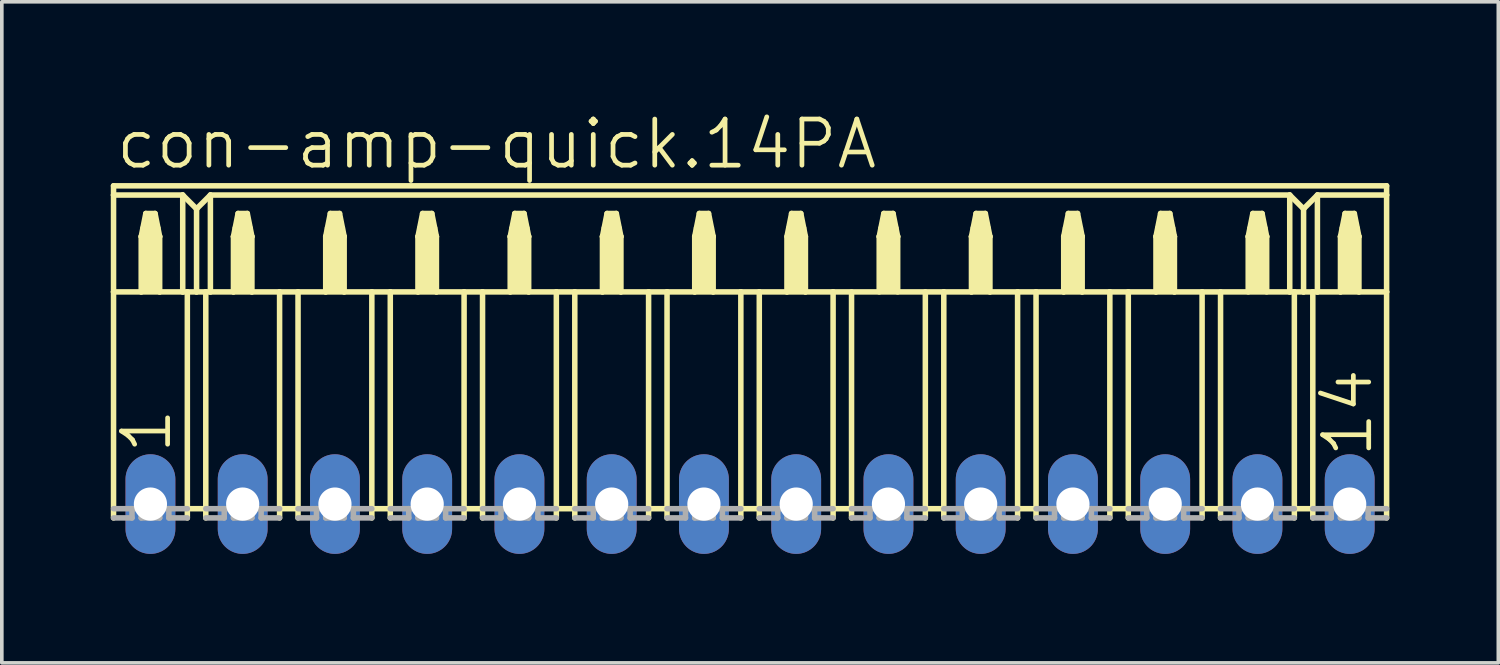
<source format=kicad_pcb>
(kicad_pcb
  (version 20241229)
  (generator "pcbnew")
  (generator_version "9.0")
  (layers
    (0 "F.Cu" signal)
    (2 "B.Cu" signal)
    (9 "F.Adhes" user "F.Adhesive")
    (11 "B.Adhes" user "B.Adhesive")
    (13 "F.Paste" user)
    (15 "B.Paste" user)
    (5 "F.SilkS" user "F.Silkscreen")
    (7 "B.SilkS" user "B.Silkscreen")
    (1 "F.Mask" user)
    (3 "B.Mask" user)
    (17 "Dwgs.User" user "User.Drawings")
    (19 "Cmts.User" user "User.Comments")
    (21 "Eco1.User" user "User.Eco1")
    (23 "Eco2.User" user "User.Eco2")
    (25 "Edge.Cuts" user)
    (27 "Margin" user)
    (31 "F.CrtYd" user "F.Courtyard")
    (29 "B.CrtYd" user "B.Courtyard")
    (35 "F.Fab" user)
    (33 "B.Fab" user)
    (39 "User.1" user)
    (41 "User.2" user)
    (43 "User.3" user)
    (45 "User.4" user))
  (footprint "con-amp-quick.14PA"
    (layer "F.Cu")
    (at 17.602 10.829)
    (property "Reference" "con-amp-quick.14PA" (at -17.526 -9.169 0) (layer "F.SilkS") (effects (font (size 1.27 1.27) (thickness 0.13)) (justify left bottom)))
    (attr through_hole)
    (fp_line (start -17.526 -8.763) (end -17.526 -8.509) (stroke (width 0.152) (type default)) (layer "F.SilkS"))
    (fp_line (start -17.526 -8.763) (end 17.526 -8.763) (stroke (width 0.152) (type default)) (layer "F.SilkS"))
    (fp_line (start -17.526 -8.509) (end -17.526 -5.842) (stroke (width 0.152) (type default)) (layer "F.SilkS"))
    (fp_line (start -17.526 -8.509) (end -15.621 -8.509) (stroke (width 0.152) (type default)) (layer "F.SilkS"))
    (fp_line (start -17.526 -5.842) (end -17.526 0.381) (stroke (width 0.152) (type default)) (layer "F.SilkS"))
    (fp_line (start -17.526 -5.842) (end -16.764 -5.842) (stroke (width 0.152) (type default)) (layer "F.SilkS"))
    (fp_line (start -16.764 -7.366) (end -16.764 -5.842) (stroke (width 0.152) (type default)) (layer "F.SilkS"))
    (fp_line (start -16.764 -7.366) (end -16.637 -8.001) (stroke (width 0.152) (type default)) (layer "F.SilkS"))
    (fp_line (start -16.764 -5.842) (end -16.256 -5.842) (stroke (width 0.152) (type default)) (layer "F.SilkS"))
    (fp_line (start -16.637 -8.001) (end -16.383 -8.001) (stroke (width 0.152) (type default)) (layer "F.SilkS"))
    (fp_line (start -16.383 -8.001) (end -16.256 -7.366) (stroke (width 0.152) (type default)) (layer "F.SilkS"))
    (fp_line (start -16.256 -7.366) (end -16.764 -7.366) (stroke (width 0.152) (type default)) (layer "F.SilkS"))
    (fp_line (start -16.256 -7.366) (end -16.256 -5.842) (stroke (width 0.152) (type default)) (layer "F.SilkS"))
    (fp_line (start -16.256 -5.842) (end -15.621 -5.842) (stroke (width 0.152) (type default)) (layer "F.SilkS"))
    (fp_line (start -15.621 -8.509) (end -15.621 -5.842) (stroke (width 0.152) (type default)) (layer "F.SilkS"))
    (fp_line (start -15.621 -8.509) (end -15.24 -8.128) (stroke (width 0.152) (type default)) (layer "F.SilkS"))
    (fp_line (start -15.621 -5.842) (end -15.494 -5.842) (stroke (width 0.152) (type default)) (layer "F.SilkS"))
    (fp_line (start -15.494 -5.842) (end -15.494 0.127) (stroke (width 0.152) (type default)) (layer "F.SilkS"))
    (fp_line (start -15.494 -5.842) (end -15.24 -5.842) (stroke (width 0.152) (type default)) (layer "F.SilkS"))
    (fp_line (start -15.494 0.127) (end -15.494 0.381) (stroke (width 0.152) (type default)) (layer "F.SilkS"))
    (fp_line (start -15.24 -8.128) (end -15.24 -5.842) (stroke (width 0.152) (type default)) (layer "F.SilkS"))
    (fp_line (start -15.24 -8.128) (end -14.859 -8.509) (stroke (width 0.152) (type default)) (layer "F.SilkS"))
    (fp_line (start -15.24 -5.842) (end -14.986 -5.842) (stroke (width 0.152) (type default)) (layer "F.SilkS"))
    (fp_line (start -14.986 -5.842) (end -14.986 0.127) (stroke (width 0.152) (type default)) (layer "F.SilkS"))
    (fp_line (start -14.986 -5.842) (end -14.859 -5.842) (stroke (width 0.152) (type default)) (layer "F.SilkS"))
    (fp_line (start -14.986 0.127) (end -15.494 0.127) (stroke (width 0.152) (type default)) (layer "F.SilkS"))
    (fp_line (start -14.986 0.127) (end -14.986 0.381) (stroke (width 0.152) (type default)) (layer "F.SilkS"))
    (fp_line (start -14.859 -8.509) (end -14.859 -5.842) (stroke (width 0.152) (type default)) (layer "F.SilkS"))
    (fp_line (start -14.859 -8.509) (end 14.859 -8.509) (stroke (width 0.152) (type default)) (layer "F.SilkS"))
    (fp_line (start -14.859 -5.842) (end -14.224 -5.842) (stroke (width 0.152) (type default)) (layer "F.SilkS"))
    (fp_line (start -14.224 -7.366) (end -14.224 -5.842) (stroke (width 0.152) (type default)) (layer "F.SilkS"))
    (fp_line (start -14.224 -7.366) (end -14.097 -8.001) (stroke (width 0.152) (type default)) (layer "F.SilkS"))
    (fp_line (start -14.224 -5.842) (end -13.716 -5.842) (stroke (width 0.152) (type default)) (layer "F.SilkS"))
    (fp_line (start -14.097 -8.001) (end -13.843 -8.001) (stroke (width 0.152) (type default)) (layer "F.SilkS"))
    (fp_line (start -13.843 -8.001) (end -13.716 -7.366) (stroke (width 0.152) (type default)) (layer "F.SilkS"))
    (fp_line (start -13.716 -7.366) (end -14.224 -7.366) (stroke (width 0.152) (type default)) (layer "F.SilkS"))
    (fp_line (start -13.716 -7.366) (end -13.716 -5.842) (stroke (width 0.152) (type default)) (layer "F.SilkS"))
    (fp_line (start -13.716 -5.842) (end -12.954 -5.842) (stroke (width 0.152) (type default)) (layer "F.SilkS"))
    (fp_line (start -12.954 -5.842) (end -12.954 0.127) (stroke (width 0.152) (type default)) (layer "F.SilkS"))
    (fp_line (start -12.954 -5.842) (end -12.446 -5.842) (stroke (width 0.152) (type default)) (layer "F.SilkS"))
    (fp_line (start -12.954 0.127) (end -12.954 0.381) (stroke (width 0.152) (type default)) (layer "F.SilkS"))
    (fp_line (start -12.446 -5.842) (end -12.446 0.127) (stroke (width 0.152) (type default)) (layer "F.SilkS"))
    (fp_line (start -12.446 -5.842) (end -11.684 -5.842) (stroke (width 0.152) (type default)) (layer "F.SilkS"))
    (fp_line (start -12.446 0.127) (end -12.954 0.127) (stroke (width 0.152) (type default)) (layer "F.SilkS"))
    (fp_line (start -12.446 0.127) (end -12.446 0.381) (stroke (width 0.152) (type default)) (layer "F.SilkS"))
    (fp_line (start -11.684 -7.366) (end -11.684 -5.842) (stroke (width 0.152) (type default)) (layer "F.SilkS"))
    (fp_line (start -11.684 -7.366) (end -11.557 -8.001) (stroke (width 0.152) (type default)) (layer "F.SilkS"))
    (fp_line (start -11.684 -5.842) (end -11.176 -5.842) (stroke (width 0.152) (type default)) (layer "F.SilkS"))
    (fp_line (start -11.557 -8.001) (end -11.303 -8.001) (stroke (width 0.152) (type default)) (layer "F.SilkS"))
    (fp_line (start -11.303 -8.001) (end -11.176 -7.366) (stroke (width 0.152) (type default)) (layer "F.SilkS"))
    (fp_line (start -11.176 -7.366) (end -11.684 -7.366) (stroke (width 0.152) (type default)) (layer "F.SilkS"))
    (fp_line (start -11.176 -7.366) (end -11.176 -5.842) (stroke (width 0.152) (type default)) (layer "F.SilkS"))
    (fp_line (start -11.176 -5.842) (end -10.414 -5.842) (stroke (width 0.152) (type default)) (layer "F.SilkS"))
    (fp_line (start -10.414 -5.842) (end -10.414 0.127) (stroke (width 0.152) (type default)) (layer "F.SilkS"))
    (fp_line (start -10.414 -5.842) (end -9.906 -5.842) (stroke (width 0.152) (type default)) (layer "F.SilkS"))
    (fp_line (start -10.414 0.127) (end -10.414 0.381) (stroke (width 0.152) (type default)) (layer "F.SilkS"))
    (fp_line (start -9.906 -5.842) (end -9.906 0.127) (stroke (width 0.152) (type default)) (layer "F.SilkS"))
    (fp_line (start -9.906 -5.842) (end -9.144 -5.842) (stroke (width 0.152) (type default)) (layer "F.SilkS"))
    (fp_line (start -9.906 0.127) (end -10.414 0.127) (stroke (width 0.152) (type default)) (layer "F.SilkS"))
    (fp_line (start -9.906 0.127) (end -9.906 0.381) (stroke (width 0.152) (type default)) (layer "F.SilkS"))
    (fp_line (start -9.144 -7.366) (end -9.144 -5.842) (stroke (width 0.152) (type default)) (layer "F.SilkS"))
    (fp_line (start -9.144 -7.366) (end -9.017 -8.001) (stroke (width 0.152) (type default)) (layer "F.SilkS"))
    (fp_line (start -9.144 -5.842) (end -8.636 -5.842) (stroke (width 0.152) (type default)) (layer "F.SilkS"))
    (fp_line (start -9.017 -8.001) (end -8.763 -8.001) (stroke (width 0.152) (type default)) (layer "F.SilkS"))
    (fp_line (start -8.763 -8.001) (end -8.636 -7.366) (stroke (width 0.152) (type default)) (layer "F.SilkS"))
    (fp_line (start -8.636 -7.366) (end -9.144 -7.366) (stroke (width 0.152) (type default)) (layer "F.SilkS"))
    (fp_line (start -8.636 -7.366) (end -8.636 -5.842) (stroke (width 0.152) (type default)) (layer "F.SilkS"))
    (fp_line (start -8.636 -5.842) (end -7.874 -5.842) (stroke (width 0.152) (type default)) (layer "F.SilkS"))
    (fp_line (start -7.874 -5.842) (end -7.874 0.127) (stroke (width 0.152) (type default)) (layer "F.SilkS"))
    (fp_line (start -7.874 -5.842) (end -7.366 -5.842) (stroke (width 0.152) (type default)) (layer "F.SilkS"))
    (fp_line (start -7.874 0.127) (end -7.874 0.381) (stroke (width 0.152) (type default)) (layer "F.SilkS"))
    (fp_line (start -7.366 -5.842) (end -7.366 0.127) (stroke (width 0.152) (type default)) (layer "F.SilkS"))
    (fp_line (start -7.366 -5.842) (end -6.604 -5.842) (stroke (width 0.152) (type default)) (layer "F.SilkS"))
    (fp_line (start -7.366 0.127) (end -7.874 0.127) (stroke (width 0.152) (type default)) (layer "F.SilkS"))
    (fp_line (start -7.366 0.127) (end -7.366 0.381) (stroke (width 0.152) (type default)) (layer "F.SilkS"))
    (fp_line (start -6.604 -7.366) (end -6.604 -5.842) (stroke (width 0.152) (type default)) (layer "F.SilkS"))
    (fp_line (start -6.604 -7.366) (end -6.477 -8.001) (stroke (width 0.152) (type default)) (layer "F.SilkS"))
    (fp_line (start -6.604 -5.842) (end -6.096 -5.842) (stroke (width 0.152) (type default)) (layer "F.SilkS"))
    (fp_line (start -6.477 -8.001) (end -6.223 -8.001) (stroke (width 0.152) (type default)) (layer "F.SilkS"))
    (fp_line (start -6.223 -8.001) (end -6.096 -7.366) (stroke (width 0.152) (type default)) (layer "F.SilkS"))
    (fp_line (start -6.096 -7.366) (end -6.604 -7.366) (stroke (width 0.152) (type default)) (layer "F.SilkS"))
    (fp_line (start -6.096 -7.366) (end -6.096 -5.842) (stroke (width 0.152) (type default)) (layer "F.SilkS"))
    (fp_line (start -6.096 -5.842) (end -5.334 -5.842) (stroke (width 0.152) (type default)) (layer "F.SilkS"))
    (fp_line (start -5.334 -5.842) (end -5.334 0.127) (stroke (width 0.152) (type default)) (layer "F.SilkS"))
    (fp_line (start -5.334 -5.842) (end -4.826 -5.842) (stroke (width 0.152) (type default)) (layer "F.SilkS"))
    (fp_line (start -5.334 0.127) (end -5.334 0.381) (stroke (width 0.152) (type default)) (layer "F.SilkS"))
    (fp_line (start -4.826 -5.842) (end -4.826 0.127) (stroke (width 0.152) (type default)) (layer "F.SilkS"))
    (fp_line (start -4.826 -5.842) (end -4.064 -5.842) (stroke (width 0.152) (type default)) (layer "F.SilkS"))
    (fp_line (start -4.826 0.127) (end -5.334 0.127) (stroke (width 0.152) (type default)) (layer "F.SilkS"))
    (fp_line (start -4.826 0.127) (end -4.826 0.381) (stroke (width 0.152) (type default)) (layer "F.SilkS"))
    (fp_line (start -4.064 -7.366) (end -4.064 -5.842) (stroke (width 0.152) (type default)) (layer "F.SilkS"))
    (fp_line (start -4.064 -7.366) (end -3.937 -8.001) (stroke (width 0.152) (type default)) (layer "F.SilkS"))
    (fp_line (start -4.064 -5.842) (end -3.556 -5.842) (stroke (width 0.152) (type default)) (layer "F.SilkS"))
    (fp_line (start -3.937 -8.001) (end -3.683 -8.001) (stroke (width 0.152) (type default)) (layer "F.SilkS"))
    (fp_line (start -3.683 -8.001) (end -3.556 -7.366) (stroke (width 0.152) (type default)) (layer "F.SilkS"))
    (fp_line (start -3.556 -7.366) (end -4.064 -7.366) (stroke (width 0.152) (type default)) (layer "F.SilkS"))
    (fp_line (start -3.556 -7.366) (end -3.556 -5.842) (stroke (width 0.152) (type default)) (layer "F.SilkS"))
    (fp_line (start -3.556 -5.842) (end -2.794 -5.842) (stroke (width 0.152) (type default)) (layer "F.SilkS"))
    (fp_line (start -2.794 -5.842) (end -2.794 0.127) (stroke (width 0.152) (type default)) (layer "F.SilkS"))
    (fp_line (start -2.794 -5.842) (end -2.286 -5.842) (stroke (width 0.152) (type default)) (layer "F.SilkS"))
    (fp_line (start -2.794 0.127) (end -2.794 0.381) (stroke (width 0.152) (type default)) (layer "F.SilkS"))
    (fp_line (start -2.286 -5.842) (end -2.286 0.127) (stroke (width 0.152) (type default)) (layer "F.SilkS"))
    (fp_line (start -2.286 -5.842) (end -1.524 -5.842) (stroke (width 0.152) (type default)) (layer "F.SilkS"))
    (fp_line (start -2.286 0.127) (end -2.794 0.127) (stroke (width 0.152) (type default)) (layer "F.SilkS"))
    (fp_line (start -2.286 0.127) (end -2.286 0.381) (stroke (width 0.152) (type default)) (layer "F.SilkS"))
    (fp_line (start -1.524 -7.366) (end -1.524 -5.842) (stroke (width 0.152) (type default)) (layer "F.SilkS"))
    (fp_line (start -1.524 -7.366) (end -1.397 -8.001) (stroke (width 0.152) (type default)) (layer "F.SilkS"))
    (fp_line (start -1.524 -5.842) (end -1.016 -5.842) (stroke (width 0.152) (type default)) (layer "F.SilkS"))
    (fp_line (start -1.397 -8.001) (end -1.143 -8.001) (stroke (width 0.152) (type default)) (layer "F.SilkS"))
    (fp_line (start -1.143 -8.001) (end -1.016 -7.366) (stroke (width 0.152) (type default)) (layer "F.SilkS"))
    (fp_line (start -1.016 -7.366) (end -1.524 -7.366) (stroke (width 0.152) (type default)) (layer "F.SilkS"))
    (fp_line (start -1.016 -7.366) (end -1.016 -5.842) (stroke (width 0.152) (type default)) (layer "F.SilkS"))
    (fp_line (start -1.016 -5.842) (end -0.254 -5.842) (stroke (width 0.152) (type default)) (layer "F.SilkS"))
    (fp_line (start -0.254 -5.842) (end -0.254 0.127) (stroke (width 0.152) (type default)) (layer "F.SilkS"))
    (fp_line (start -0.254 -5.842) (end 0.254 -5.842) (stroke (width 0.152) (type default)) (layer "F.SilkS"))
    (fp_line (start -0.254 0.127) (end -0.254 0.381) (stroke (width 0.152) (type default)) (layer "F.SilkS"))
    (fp_line (start 0.254 -5.842) (end 0.254 0.127) (stroke (width 0.152) (type default)) (layer "F.SilkS"))
    (fp_line (start 0.254 -5.842) (end 1.016 -5.842) (stroke (width 0.152) (type default)) (layer "F.SilkS"))
    (fp_line (start 0.254 0.127) (end -0.254 0.127) (stroke (width 0.152) (type default)) (layer "F.SilkS"))
    (fp_line (start 0.254 0.127) (end 0.254 0.381) (stroke (width 0.152) (type default)) (layer "F.SilkS"))
    (fp_line (start 1.016 -7.366) (end 1.016 -5.842) (stroke (width 0.152) (type default)) (layer "F.SilkS"))
    (fp_line (start 1.016 -7.366) (end 1.143 -8.001) (stroke (width 0.152) (type default)) (layer "F.SilkS"))
    (fp_line (start 1.016 -5.842) (end 1.524 -5.842) (stroke (width 0.152) (type default)) (layer "F.SilkS"))
    (fp_line (start 1.143 -8.001) (end 1.397 -8.001) (stroke (width 0.152) (type default)) (layer "F.SilkS"))
    (fp_line (start 1.397 -8.001) (end 1.524 -7.366) (stroke (width 0.152) (type default)) (layer "F.SilkS"))
    (fp_line (start 1.524 -7.366) (end 1.524 -5.842) (stroke (width 0.152) (type default)) (layer "F.SilkS"))
    (fp_line (start 1.524 -5.842) (end 2.286 -5.842) (stroke (width 0.152) (type default)) (layer "F.SilkS"))
    (fp_line (start 2.286 -5.842) (end 2.286 0.127) (stroke (width 0.152) (type default)) (layer "F.SilkS"))
    (fp_line (start 2.286 -5.842) (end 5.334 -5.842) (stroke (width 0.152) (type default)) (layer "F.SilkS"))
    (fp_line (start 2.286 0.127) (end 2.286 0.381) (stroke (width 0.152) (type default)) (layer "F.SilkS"))
    (fp_line (start 2.794 -5.842) (end 2.794 0.127) (stroke (width 0.152) (type default)) (layer "F.SilkS"))
    (fp_line (start 2.794 0.127) (end 2.286 0.127) (stroke (width 0.152) (type default)) (layer "F.SilkS"))
    (fp_line (start 2.794 0.127) (end 2.794 0.381) (stroke (width 0.152) (type default)) (layer "F.SilkS"))
    (fp_line (start 3.556 -7.366) (end 3.556 -5.842) (stroke (width 0.152) (type default)) (layer "F.SilkS"))
    (fp_line (start 3.556 -7.366) (end 3.683 -8.001) (stroke (width 0.152) (type default)) (layer "F.SilkS"))
    (fp_line (start 3.683 -8.001) (end 3.937 -8.001) (stroke (width 0.152) (type default)) (layer "F.SilkS"))
    (fp_line (start 3.937 -8.001) (end 4.064 -7.366) (stroke (width 0.152) (type default)) (layer "F.SilkS"))
    (fp_line (start 4.064 -7.366) (end 3.556 -7.366) (stroke (width 0.152) (type default)) (layer "F.SilkS"))
    (fp_line (start 4.064 -7.366) (end 4.064 -5.842) (stroke (width 0.152) (type default)) (layer "F.SilkS"))
    (fp_line (start 4.826 -5.842) (end 4.826 0.127) (stroke (width 0.152) (type default)) (layer "F.SilkS"))
    (fp_line (start 4.826 0.127) (end 4.826 0.381) (stroke (width 0.152) (type default)) (layer "F.SilkS"))
    (fp_line (start 5.334 -5.842) (end 5.334 0.127) (stroke (width 0.152) (type default)) (layer "F.SilkS"))
    (fp_line (start 5.334 -5.842) (end 6.096 -5.842) (stroke (width 0.152) (type default)) (layer "F.SilkS"))
    (fp_line (start 5.334 0.127) (end 4.826 0.127) (stroke (width 0.152) (type default)) (layer "F.SilkS"))
    (fp_line (start 5.334 0.127) (end 5.334 0.381) (stroke (width 0.152) (type default)) (layer "F.SilkS"))
    (fp_line (start 6.096 -7.366) (end 6.096 -5.842) (stroke (width 0.152) (type default)) (layer "F.SilkS"))
    (fp_line (start 6.096 -7.366) (end 6.223 -8.001) (stroke (width 0.152) (type default)) (layer "F.SilkS"))
    (fp_line (start 6.096 -5.842) (end 6.604 -5.842) (stroke (width 0.152) (type default)) (layer "F.SilkS"))
    (fp_line (start 6.223 -8.001) (end 6.477 -8.001) (stroke (width 0.152) (type default)) (layer "F.SilkS"))
    (fp_line (start 6.477 -8.001) (end 6.604 -7.366) (stroke (width 0.152) (type default)) (layer "F.SilkS"))
    (fp_line (start 6.604 -7.366) (end 6.096 -7.366) (stroke (width 0.152) (type default)) (layer "F.SilkS"))
    (fp_line (start 6.604 -7.366) (end 6.604 -5.842) (stroke (width 0.152) (type default)) (layer "F.SilkS"))
    (fp_line (start 6.604 -5.842) (end 7.366 -5.842) (stroke (width 0.152) (type default)) (layer "F.SilkS"))
    (fp_line (start 7.366 -5.842) (end 7.366 0.127) (stroke (width 0.152) (type default)) (layer "F.SilkS"))
    (fp_line (start 7.366 -5.842) (end 7.874 -5.842) (stroke (width 0.152) (type default)) (layer "F.SilkS"))
    (fp_line (start 7.366 0.127) (end 7.366 0.381) (stroke (width 0.152) (type default)) (layer "F.SilkS"))
    (fp_line (start 7.874 -5.842) (end 7.874 0.127) (stroke (width 0.152) (type default)) (layer "F.SilkS"))
    (fp_line (start 7.874 -5.842) (end 8.636 -5.842) (stroke (width 0.152) (type default)) (layer "F.SilkS"))
    (fp_line (start 7.874 0.127) (end 7.366 0.127) (stroke (width 0.152) (type default)) (layer "F.SilkS"))
    (fp_line (start 7.874 0.127) (end 7.874 0.381) (stroke (width 0.152) (type default)) (layer "F.SilkS"))
    (fp_line (start 8.636 -7.366) (end 8.636 -5.842) (stroke (width 0.152) (type default)) (layer "F.SilkS"))
    (fp_line (start 8.636 -7.366) (end 8.763 -8.001) (stroke (width 0.152) (type default)) (layer "F.SilkS"))
    (fp_line (start 8.636 -5.842) (end 9.144 -5.842) (stroke (width 0.152) (type default)) (layer "F.SilkS"))
    (fp_line (start 8.763 -8.001) (end 9.017 -8.001) (stroke (width 0.152) (type default)) (layer "F.SilkS"))
    (fp_line (start 9.017 -8.001) (end 9.144 -7.366) (stroke (width 0.152) (type default)) (layer "F.SilkS"))
    (fp_line (start 9.144 -7.366) (end 8.636 -7.366) (stroke (width 0.152) (type default)) (layer "F.SilkS"))
    (fp_line (start 9.144 -7.366) (end 9.144 -5.842) (stroke (width 0.152) (type default)) (layer "F.SilkS"))
    (fp_line (start 9.144 -5.842) (end 9.906 -5.842) (stroke (width 0.152) (type default)) (layer "F.SilkS"))
    (fp_line (start 9.906 -5.842) (end 9.906 0.127) (stroke (width 0.152) (type default)) (layer "F.SilkS"))
    (fp_line (start 9.906 -5.842) (end 10.414 -5.842) (stroke (width 0.152) (type default)) (layer "F.SilkS"))
    (fp_line (start 9.906 0.127) (end 9.906 0.381) (stroke (width 0.152) (type default)) (layer "F.SilkS"))
    (fp_line (start 10.414 -5.842) (end 10.414 0.127) (stroke (width 0.152) (type default)) (layer "F.SilkS"))
    (fp_line (start 10.414 -5.842) (end 11.176 -5.842) (stroke (width 0.152) (type default)) (layer "F.SilkS"))
    (fp_line (start 10.414 0.127) (end 9.906 0.127) (stroke (width 0.152) (type default)) (layer "F.SilkS"))
    (fp_line (start 10.414 0.127) (end 10.414 0.381) (stroke (width 0.152) (type default)) (layer "F.SilkS"))
    (fp_line (start 11.176 -7.366) (end 11.176 -5.842) (stroke (width 0.152) (type default)) (layer "F.SilkS"))
    (fp_line (start 11.176 -7.366) (end 11.303 -8.001) (stroke (width 0.152) (type default)) (layer "F.SilkS"))
    (fp_line (start 11.176 -5.842) (end 11.684 -5.842) (stroke (width 0.152) (type default)) (layer "F.SilkS"))
    (fp_line (start 11.303 -8.001) (end 11.557 -8.001) (stroke (width 0.152) (type default)) (layer "F.SilkS"))
    (fp_line (start 11.557 -8.001) (end 11.684 -7.366) (stroke (width 0.152) (type default)) (layer "F.SilkS"))
    (fp_line (start 11.684 -7.366) (end 11.176 -7.366) (stroke (width 0.152) (type default)) (layer "F.SilkS"))
    (fp_line (start 11.684 -7.366) (end 11.684 -5.842) (stroke (width 0.152) (type default)) (layer "F.SilkS"))
    (fp_line (start 11.684 -5.842) (end 12.446 -5.842) (stroke (width 0.152) (type default)) (layer "F.SilkS"))
    (fp_line (start 12.446 -5.842) (end 12.446 0.127) (stroke (width 0.152) (type default)) (layer "F.SilkS"))
    (fp_line (start 12.446 -5.842) (end 14.859 -5.842) (stroke (width 0.152) (type default)) (layer "F.SilkS"))
    (fp_line (start 12.446 0.127) (end 12.446 0.381) (stroke (width 0.152) (type default)) (layer "F.SilkS"))
    (fp_line (start 12.954 -5.842) (end 12.954 0.127) (stroke (width 0.152) (type default)) (layer "F.SilkS"))
    (fp_line (start 12.954 0.127) (end 12.446 0.127) (stroke (width 0.152) (type default)) (layer "F.SilkS"))
    (fp_line (start 12.954 0.127) (end 12.954 0.381) (stroke (width 0.152) (type default)) (layer "F.SilkS"))
    (fp_line (start 13.716 -7.366) (end 13.716 -5.842) (stroke (width 0.152) (type default)) (layer "F.SilkS"))
    (fp_line (start 13.716 -7.366) (end 13.843 -8.001) (stroke (width 0.152) (type default)) (layer "F.SilkS"))
    (fp_line (start 13.843 -8.001) (end 14.097 -8.001) (stroke (width 0.152) (type default)) (layer "F.SilkS"))
    (fp_line (start 14.097 -8.001) (end 14.224 -7.366) (stroke (width 0.152) (type default)) (layer "F.SilkS"))
    (fp_line (start 14.224 -7.366) (end 13.716 -7.366) (stroke (width 0.152) (type default)) (layer "F.SilkS"))
    (fp_line (start 14.224 -7.366) (end 14.224 -5.842) (stroke (width 0.152) (type default)) (layer "F.SilkS"))
    (fp_line (start 14.859 -8.509) (end 14.859 -5.842) (stroke (width 0.152) (type default)) (layer "F.SilkS"))
    (fp_line (start 14.859 -8.509) (end 15.24 -8.128) (stroke (width 0.152) (type default)) (layer "F.SilkS"))
    (fp_line (start 14.859 -5.842) (end 14.986 -5.842) (stroke (width 0.152) (type default)) (layer "F.SilkS"))
    (fp_line (start 14.986 -5.842) (end 14.986 0.127) (stroke (width 0.152) (type default)) (layer "F.SilkS"))
    (fp_line (start 14.986 -5.842) (end 15.24 -5.842) (stroke (width 0.152) (type default)) (layer "F.SilkS"))
    (fp_line (start 14.986 0.127) (end 14.986 0.381) (stroke (width 0.152) (type default)) (layer "F.SilkS"))
    (fp_line (start 15.24 -8.128) (end 15.24 -5.842) (stroke (width 0.152) (type default)) (layer "F.SilkS"))
    (fp_line (start 15.24 -8.128) (end 15.621 -8.509) (stroke (width 0.152) (type default)) (layer "F.SilkS"))
    (fp_line (start 15.24 -5.842) (end 15.494 -5.842) (stroke (width 0.152) (type default)) (layer "F.SilkS"))
    (fp_line (start 15.494 -5.842) (end 15.494 0.127) (stroke (width 0.152) (type default)) (layer "F.SilkS"))
    (fp_line (start 15.494 -5.842) (end 15.621 -5.842) (stroke (width 0.152) (type default)) (layer "F.SilkS"))
    (fp_line (start 15.494 0.127) (end 14.986 0.127) (stroke (width 0.152) (type default)) (layer "F.SilkS"))
    (fp_line (start 15.494 0.127) (end 15.494 0.381) (stroke (width 0.152) (type default)) (layer "F.SilkS"))
    (fp_line (start 15.621 -8.509) (end 15.621 -5.842) (stroke (width 0.152) (type default)) (layer "F.SilkS"))
    (fp_line (start 15.621 -8.509) (end 17.526 -8.509) (stroke (width 0.152) (type default)) (layer "F.SilkS"))
    (fp_line (start 15.621 -5.842) (end 16.256 -5.842) (stroke (width 0.152) (type default)) (layer "F.SilkS"))
    (fp_line (start 16.256 -7.366) (end 16.256 -5.842) (stroke (width 0.152) (type default)) (layer "F.SilkS"))
    (fp_line (start 16.256 -7.366) (end 16.383 -8.001) (stroke (width 0.152) (type default)) (layer "F.SilkS"))
    (fp_line (start 16.256 -5.842) (end 16.764 -5.842) (stroke (width 0.152) (type default)) (layer "F.SilkS"))
    (fp_line (start 16.383 -8.001) (end 16.637 -8.001) (stroke (width 0.152) (type default)) (layer "F.SilkS"))
    (fp_line (start 16.637 -8.001) (end 16.764 -7.366) (stroke (width 0.152) (type default)) (layer "F.SilkS"))
    (fp_line (start 16.764 -7.366) (end 16.256 -7.366) (stroke (width 0.152) (type default)) (layer "F.SilkS"))
    (fp_line (start 16.764 -7.366) (end 16.764 -5.842) (stroke (width 0.152) (type default)) (layer "F.SilkS"))
    (fp_line (start 16.764 -5.842) (end 17.526 -5.842) (stroke (width 0.152) (type default)) (layer "F.SilkS"))
    (fp_line (start 17.526 -8.509) (end 17.526 -8.763) (stroke (width 0.152) (type default)) (layer "F.SilkS"))
    (fp_line (start 17.526 -5.842) (end 17.526 -8.509) (stroke (width 0.152) (type default)) (layer "F.SilkS"))
    (fp_line (start 17.526 -5.842) (end 17.526 0.381) (stroke (width 0.152) (type default)) (layer "F.SilkS"))
    (fp_rect (start -16.764 -7.366) (end -16.637 -7.62) (stroke (width 0.05) (type default)) (fill yes) (layer "F.SilkS"))
    (fp_rect (start -16.764 -5.842) (end -16.256 -7.366) (stroke (width 0.05) (type default)) (fill yes) (layer "F.SilkS"))
    (fp_rect (start -16.637 -7.366) (end -16.383 -8.001) (stroke (width 0.05) (type default)) (fill yes) (layer "F.SilkS"))
    (fp_rect (start -16.383 -7.366) (end -16.256 -7.62) (stroke (width 0.05) (type default)) (fill yes) (layer "F.SilkS"))
    (fp_rect (start -14.224 -7.366) (end -14.097 -7.62) (stroke (width 0.05) (type default)) (fill yes) (layer "F.SilkS"))
    (fp_rect (start -14.224 -5.842) (end -13.716 -7.366) (stroke (width 0.05) (type default)) (fill yes) (layer "F.SilkS"))
    (fp_rect (start -14.097 -7.366) (end -13.843 -8.001) (stroke (width 0.05) (type default)) (fill yes) (layer "F.SilkS"))
    (fp_rect (start -13.843 -7.366) (end -13.716 -7.62) (stroke (width 0.05) (type default)) (fill yes) (layer "F.SilkS"))
    (fp_rect (start -11.684 -7.366) (end -11.557 -7.62) (stroke (width 0.05) (type default)) (fill yes) (layer "F.SilkS"))
    (fp_rect (start -11.684 -5.842) (end -11.176 -7.366) (stroke (width 0.05) (type default)) (fill yes) (layer "F.SilkS"))
    (fp_rect (start -11.557 -7.366) (end -11.303 -8.001) (stroke (width 0.05) (type default)) (fill yes) (layer "F.SilkS"))
    (fp_rect (start -11.303 -7.366) (end -11.176 -7.62) (stroke (width 0.05) (type default)) (fill yes) (layer "F.SilkS"))
    (fp_rect (start -9.144 -7.366) (end -9.017 -7.62) (stroke (width 0.05) (type default)) (fill yes) (layer "F.SilkS"))
    (fp_rect (start -9.144 -5.842) (end -8.636 -7.366) (stroke (width 0.05) (type default)) (fill yes) (layer "F.SilkS"))
    (fp_rect (start -9.017 -7.366) (end -8.763 -8.001) (stroke (width 0.05) (type default)) (fill yes) (layer "F.SilkS"))
    (fp_rect (start -8.763 -7.366) (end -8.636 -7.62) (stroke (width 0.05) (type default)) (fill yes) (layer "F.SilkS"))
    (fp_rect (start -6.604 -7.366) (end -6.477 -7.62) (stroke (width 0.05) (type default)) (fill yes) (layer "F.SilkS"))
    (fp_rect (start -6.604 -5.842) (end -6.096 -7.366) (stroke (width 0.05) (type default)) (fill yes) (layer "F.SilkS"))
    (fp_rect (start -6.477 -7.366) (end -6.223 -8.001) (stroke (width 0.05) (type default)) (fill yes) (layer "F.SilkS"))
    (fp_rect (start -6.223 -7.366) (end -6.096 -7.62) (stroke (width 0.05) (type default)) (fill yes) (layer "F.SilkS"))
    (fp_rect (start -4.064 -7.366) (end -3.937 -7.62) (stroke (width 0.05) (type default)) (fill yes) (layer "F.SilkS"))
    (fp_rect (start -4.064 -5.842) (end -3.556 -7.366) (stroke (width 0.05) (type default)) (fill yes) (layer "F.SilkS"))
    (fp_rect (start -3.937 -7.366) (end -3.683 -8.001) (stroke (width 0.05) (type default)) (fill yes) (layer "F.SilkS"))
    (fp_rect (start -3.683 -7.366) (end -3.556 -7.62) (stroke (width 0.05) (type default)) (fill yes) (layer "F.SilkS"))
    (fp_rect (start -1.524 -7.366) (end -1.397 -7.62) (stroke (width 0.05) (type default)) (fill yes) (layer "F.SilkS"))
    (fp_rect (start -1.524 -5.842) (end -1.016 -7.366) (stroke (width 0.05) (type default)) (fill yes) (layer "F.SilkS"))
    (fp_rect (start -1.397 -7.366) (end -1.143 -8.001) (stroke (width 0.05) (type default)) (fill yes) (layer "F.SilkS"))
    (fp_rect (start -1.143 -7.366) (end -1.016 -7.62) (stroke (width 0.05) (type default)) (fill yes) (layer "F.SilkS"))
    (fp_rect (start 1.016 -7.366) (end 1.143 -7.62) (stroke (width 0.05) (type default)) (fill yes) (layer "F.SilkS"))
    (fp_rect (start 1.016 -5.842) (end 1.524 -7.366) (stroke (width 0.05) (type default)) (fill yes) (layer "F.SilkS"))
    (fp_rect (start 1.143 -7.366) (end 1.397 -8.001) (stroke (width 0.05) (type default)) (fill yes) (layer "F.SilkS"))
    (fp_rect (start 1.397 -7.366) (end 1.524 -7.62) (stroke (width 0.05) (type default)) (fill yes) (layer "F.SilkS"))
    (fp_rect (start 3.556 -7.366) (end 3.683 -7.62) (stroke (width 0.05) (type default)) (fill yes) (layer "F.SilkS"))
    (fp_rect (start 3.556 -5.842) (end 4.064 -7.366) (stroke (width 0.05) (type default)) (fill yes) (layer "F.SilkS"))
    (fp_rect (start 3.683 -7.366) (end 3.937 -8.001) (stroke (width 0.05) (type default)) (fill yes) (layer "F.SilkS"))
    (fp_rect (start 3.937 -7.366) (end 4.064 -7.62) (stroke (width 0.05) (type default)) (fill yes) (layer "F.SilkS"))
    (fp_rect (start 6.096 -7.366) (end 6.223 -7.62) (stroke (width 0.05) (type default)) (fill yes) (layer "F.SilkS"))
    (fp_rect (start 6.096 -5.842) (end 6.604 -7.366) (stroke (width 0.05) (type default)) (fill yes) (layer "F.SilkS"))
    (fp_rect (start 6.223 -7.366) (end 6.477 -8.001) (stroke (width 0.05) (type default)) (fill yes) (layer "F.SilkS"))
    (fp_rect (start 6.477 -7.366) (end 6.604 -7.62) (stroke (width 0.05) (type default)) (fill yes) (layer "F.SilkS"))
    (fp_rect (start 8.636 -7.366) (end 8.763 -7.62) (stroke (width 0.05) (type default)) (fill yes) (layer "F.SilkS"))
    (fp_rect (start 8.636 -5.842) (end 9.144 -7.366) (stroke (width 0.05) (type default)) (fill yes) (layer "F.SilkS"))
    (fp_rect (start 8.763 -7.366) (end 9.017 -8.001) (stroke (width 0.05) (type default)) (fill yes) (layer "F.SilkS"))
    (fp_rect (start 9.017 -7.366) (end 9.144 -7.62) (stroke (width 0.05) (type default)) (fill yes) (layer "F.SilkS"))
    (fp_rect (start 11.176 -7.366) (end 11.303 -7.62) (stroke (width 0.05) (type default)) (fill yes) (layer "F.SilkS"))
    (fp_rect (start 11.176 -5.842) (end 11.684 -7.366) (stroke (width 0.05) (type default)) (fill yes) (layer "F.SilkS"))
    (fp_rect (start 11.303 -7.366) (end 11.557 -8.001) (stroke (width 0.05) (type default)) (fill yes) (layer "F.SilkS"))
    (fp_rect (start 11.557 -7.366) (end 11.684 -7.62) (stroke (width 0.05) (type default)) (fill yes) (layer "F.SilkS"))
    (fp_rect (start 13.716 -7.366) (end 13.843 -7.62) (stroke (width 0.05) (type default)) (fill yes) (layer "F.SilkS"))
    (fp_rect (start 13.716 -5.842) (end 14.224 -7.366) (stroke (width 0.05) (type default)) (fill yes) (layer "F.SilkS"))
    (fp_rect (start 13.843 -7.366) (end 14.097 -8.001) (stroke (width 0.05) (type default)) (fill yes) (layer "F.SilkS"))
    (fp_rect (start 14.097 -7.366) (end 14.224 -7.62) (stroke (width 0.05) (type default)) (fill yes) (layer "F.SilkS"))
    (fp_rect (start 16.256 -7.366) (end 16.383 -7.62) (stroke (width 0.05) (type default)) (fill yes) (layer "F.SilkS"))
    (fp_rect (start 16.256 -5.842) (end 16.764 -7.366) (stroke (width 0.05) (type default)) (fill yes) (layer "F.SilkS"))
    (fp_rect (start 16.383 -7.366) (end 16.637 -8.001) (stroke (width 0.05) (type default)) (fill yes) (layer "F.SilkS"))
    (fp_rect (start 16.637 -7.366) (end 16.764 -7.62) (stroke (width 0.05) (type default)) (fill yes) (layer "F.SilkS"))
    (fp_line (start -17.526 0.127) (end -17.018 0.127) (stroke (width 0.152) (type default)) (layer "F.Fab"))
    (fp_line (start -17.018 0.381) (end -17.526 0.381) (stroke (width 0.152) (type default)) (layer "F.Fab"))
    (fp_line (start -17.018 0.381) (end -17.018 0.127) (stroke (width 0.152) (type default)) (layer "F.Fab"))
    (fp_line (start -16.764 0.127) (end -17.018 0.127) (stroke (width 0.152) (type default)) (layer "F.Fab"))
    (fp_line (start -16.764 0.381) (end -16.764 0.127) (stroke (width 0.152) (type default)) (layer "F.Fab"))
    (fp_line (start -16.256 0.381) (end -16.764 0.381) (stroke (width 0.152) (type default)) (layer "F.Fab"))
    (fp_line (start -16.256 0.381) (end -16.256 0.127) (stroke (width 0.152) (type default)) (layer "F.Fab"))
    (fp_line (start -16.002 0.127) (end -16.256 0.127) (stroke (width 0.152) (type default)) (layer "F.Fab"))
    (fp_line (start -16.002 0.381) (end -16.002 0.127) (stroke (width 0.152) (type default)) (layer "F.Fab"))
    (fp_line (start -15.494 0.127) (end -16.002 0.127) (stroke (width 0.152) (type default)) (layer "F.Fab"))
    (fp_line (start -15.494 0.381) (end -16.002 0.381) (stroke (width 0.152) (type default)) (layer "F.Fab"))
    (fp_line (start -14.986 0.127) (end -14.478 0.127) (stroke (width 0.152) (type default)) (layer "F.Fab"))
    (fp_line (start -14.478 0.381) (end -14.986 0.381) (stroke (width 0.152) (type default)) (layer "F.Fab"))
    (fp_line (start -14.478 0.381) (end -14.478 0.127) (stroke (width 0.152) (type default)) (layer "F.Fab"))
    (fp_line (start -14.224 0.127) (end -14.478 0.127) (stroke (width 0.152) (type default)) (layer "F.Fab"))
    (fp_line (start -14.224 0.381) (end -14.224 0.127) (stroke (width 0.152) (type default)) (layer "F.Fab"))
    (fp_line (start -13.716 0.381) (end -14.224 0.381) (stroke (width 0.152) (type default)) (layer "F.Fab"))
    (fp_line (start -13.716 0.381) (end -13.716 0.127) (stroke (width 0.152) (type default)) (layer "F.Fab"))
    (fp_line (start -13.462 0.127) (end -13.716 0.127) (stroke (width 0.152) (type default)) (layer "F.Fab"))
    (fp_line (start -13.462 0.381) (end -13.462 0.127) (stroke (width 0.152) (type default)) (layer "F.Fab"))
    (fp_line (start -12.954 0.127) (end -13.462 0.127) (stroke (width 0.152) (type default)) (layer "F.Fab"))
    (fp_line (start -12.954 0.381) (end -13.462 0.381) (stroke (width 0.152) (type default)) (layer "F.Fab"))
    (fp_line (start -12.446 0.127) (end -11.938 0.127) (stroke (width 0.152) (type default)) (layer "F.Fab"))
    (fp_line (start -11.938 0.381) (end -12.446 0.381) (stroke (width 0.152) (type default)) (layer "F.Fab"))
    (fp_line (start -11.938 0.381) (end -11.938 0.127) (stroke (width 0.152) (type default)) (layer "F.Fab"))
    (fp_line (start -11.684 0.127) (end -11.938 0.127) (stroke (width 0.152) (type default)) (layer "F.Fab"))
    (fp_line (start -11.684 0.381) (end -11.684 0.127) (stroke (width 0.152) (type default)) (layer "F.Fab"))
    (fp_line (start -11.176 0.381) (end -11.684 0.381) (stroke (width 0.152) (type default)) (layer "F.Fab"))
    (fp_line (start -11.176 0.381) (end -11.176 0.127) (stroke (width 0.152) (type default)) (layer "F.Fab"))
    (fp_line (start -10.922 0.127) (end -11.176 0.127) (stroke (width 0.152) (type default)) (layer "F.Fab"))
    (fp_line (start -10.922 0.381) (end -10.922 0.127) (stroke (width 0.152) (type default)) (layer "F.Fab"))
    (fp_line (start -10.414 0.127) (end -10.922 0.127) (stroke (width 0.152) (type default)) (layer "F.Fab"))
    (fp_line (start -10.414 0.381) (end -10.922 0.381) (stroke (width 0.152) (type default)) (layer "F.Fab"))
    (fp_line (start -9.906 0.127) (end -9.398 0.127) (stroke (width 0.152) (type default)) (layer "F.Fab"))
    (fp_line (start -9.398 0.381) (end -9.906 0.381) (stroke (width 0.152) (type default)) (layer "F.Fab"))
    (fp_line (start -9.398 0.381) (end -9.398 0.127) (stroke (width 0.152) (type default)) (layer "F.Fab"))
    (fp_line (start -9.144 0.127) (end -9.398 0.127) (stroke (width 0.152) (type default)) (layer "F.Fab"))
    (fp_line (start -9.144 0.381) (end -9.144 0.127) (stroke (width 0.152) (type default)) (layer "F.Fab"))
    (fp_line (start -8.636 0.381) (end -9.144 0.381) (stroke (width 0.152) (type default)) (layer "F.Fab"))
    (fp_line (start -8.636 0.381) (end -8.636 0.127) (stroke (width 0.152) (type default)) (layer "F.Fab"))
    (fp_line (start -8.382 0.127) (end -8.636 0.127) (stroke (width 0.152) (type default)) (layer "F.Fab"))
    (fp_line (start -8.382 0.381) (end -8.382 0.127) (stroke (width 0.152) (type default)) (layer "F.Fab"))
    (fp_line (start -7.874 0.127) (end -8.382 0.127) (stroke (width 0.152) (type default)) (layer "F.Fab"))
    (fp_line (start -7.874 0.381) (end -8.382 0.381) (stroke (width 0.152) (type default)) (layer "F.Fab"))
    (fp_line (start -7.366 0.127) (end -6.858 0.127) (stroke (width 0.152) (type default)) (layer "F.Fab"))
    (fp_line (start -6.858 0.381) (end -7.366 0.381) (stroke (width 0.152) (type default)) (layer "F.Fab"))
    (fp_line (start -6.858 0.381) (end -6.858 0.127) (stroke (width 0.152) (type default)) (layer "F.Fab"))
    (fp_line (start -6.604 0.127) (end -6.858 0.127) (stroke (width 0.152) (type default)) (layer "F.Fab"))
    (fp_line (start -6.604 0.381) (end -6.604 0.127) (stroke (width 0.152) (type default)) (layer "F.Fab"))
    (fp_line (start -6.096 0.381) (end -6.604 0.381) (stroke (width 0.152) (type default)) (layer "F.Fab"))
    (fp_line (start -6.096 0.381) (end -6.096 0.127) (stroke (width 0.152) (type default)) (layer "F.Fab"))
    (fp_line (start -5.842 0.127) (end -6.096 0.127) (stroke (width 0.152) (type default)) (layer "F.Fab"))
    (fp_line (start -5.842 0.381) (end -5.842 0.127) (stroke (width 0.152) (type default)) (layer "F.Fab"))
    (fp_line (start -5.334 0.127) (end -5.842 0.127) (stroke (width 0.152) (type default)) (layer "F.Fab"))
    (fp_line (start -5.334 0.381) (end -5.842 0.381) (stroke (width 0.152) (type default)) (layer "F.Fab"))
    (fp_line (start -4.826 0.127) (end -4.318 0.127) (stroke (width 0.152) (type default)) (layer "F.Fab"))
    (fp_line (start -4.318 0.381) (end -4.826 0.381) (stroke (width 0.152) (type default)) (layer "F.Fab"))
    (fp_line (start -4.318 0.381) (end -4.318 0.127) (stroke (width 0.152) (type default)) (layer "F.Fab"))
    (fp_line (start -4.064 0.127) (end -4.318 0.127) (stroke (width 0.152) (type default)) (layer "F.Fab"))
    (fp_line (start -4.064 0.381) (end -4.064 0.127) (stroke (width 0.152) (type default)) (layer "F.Fab"))
    (fp_line (start -3.556 0.381) (end -4.064 0.381) (stroke (width 0.152) (type default)) (layer "F.Fab"))
    (fp_line (start -3.556 0.381) (end -3.556 0.127) (stroke (width 0.152) (type default)) (layer "F.Fab"))
    (fp_line (start -3.302 0.127) (end -3.556 0.127) (stroke (width 0.152) (type default)) (layer "F.Fab"))
    (fp_line (start -3.302 0.381) (end -3.302 0.127) (stroke (width 0.152) (type default)) (layer "F.Fab"))
    (fp_line (start -2.794 0.127) (end -3.302 0.127) (stroke (width 0.152) (type default)) (layer "F.Fab"))
    (fp_line (start -2.794 0.381) (end -3.302 0.381) (stroke (width 0.152) (type default)) (layer "F.Fab"))
    (fp_line (start -2.286 0.127) (end -1.778 0.127) (stroke (width 0.152) (type default)) (layer "F.Fab"))
    (fp_line (start -1.778 0.381) (end -2.286 0.381) (stroke (width 0.152) (type default)) (layer "F.Fab"))
    (fp_line (start -1.778 0.381) (end -1.778 0.127) (stroke (width 0.152) (type default)) (layer "F.Fab"))
    (fp_line (start -1.524 0.127) (end -1.778 0.127) (stroke (width 0.152) (type default)) (layer "F.Fab"))
    (fp_line (start -1.524 0.381) (end -1.524 0.127) (stroke (width 0.152) (type default)) (layer "F.Fab"))
    (fp_line (start -1.016 0.381) (end -1.524 0.381) (stroke (width 0.152) (type default)) (layer "F.Fab"))
    (fp_line (start -1.016 0.381) (end -1.016 0.127) (stroke (width 0.152) (type default)) (layer "F.Fab"))
    (fp_line (start -0.762 0.127) (end -1.016 0.127) (stroke (width 0.152) (type default)) (layer "F.Fab"))
    (fp_line (start -0.762 0.381) (end -0.762 0.127) (stroke (width 0.152) (type default)) (layer "F.Fab"))
    (fp_line (start -0.254 0.127) (end -0.762 0.127) (stroke (width 0.152) (type default)) (layer "F.Fab"))
    (fp_line (start -0.254 0.381) (end -0.762 0.381) (stroke (width 0.152) (type default)) (layer "F.Fab"))
    (fp_line (start 0.254 0.127) (end 0.762 0.127) (stroke (width 0.152) (type default)) (layer "F.Fab"))
    (fp_line (start 0.762 0.381) (end 0.254 0.381) (stroke (width 0.152) (type default)) (layer "F.Fab"))
    (fp_line (start 0.762 0.381) (end 0.762 0.127) (stroke (width 0.152) (type default)) (layer "F.Fab"))
    (fp_line (start 1.016 0.127) (end 0.762 0.127) (stroke (width 0.152) (type default)) (layer "F.Fab"))
    (fp_line (start 1.016 0.381) (end 1.016 0.127) (stroke (width 0.152) (type default)) (layer "F.Fab"))
    (fp_line (start 1.524 0.381) (end 1.016 0.381) (stroke (width 0.152) (type default)) (layer "F.Fab"))
    (fp_line (start 1.524 0.381) (end 1.524 0.127) (stroke (width 0.152) (type default)) (layer "F.Fab"))
    (fp_line (start 1.778 0.127) (end 1.524 0.127) (stroke (width 0.152) (type default)) (layer "F.Fab"))
    (fp_line (start 1.778 0.381) (end 1.778 0.127) (stroke (width 0.152) (type default)) (layer "F.Fab"))
    (fp_line (start 2.286 0.127) (end 1.778 0.127) (stroke (width 0.152) (type default)) (layer "F.Fab"))
    (fp_line (start 2.286 0.381) (end 1.778 0.381) (stroke (width 0.152) (type default)) (layer "F.Fab"))
    (fp_line (start 2.794 0.127) (end 3.302 0.127) (stroke (width 0.152) (type default)) (layer "F.Fab"))
    (fp_line (start 3.302 0.381) (end 2.794 0.381) (stroke (width 0.152) (type default)) (layer "F.Fab"))
    (fp_line (start 3.302 0.381) (end 3.302 0.127) (stroke (width 0.152) (type default)) (layer "F.Fab"))
    (fp_line (start 3.556 0.127) (end 3.302 0.127) (stroke (width 0.152) (type default)) (layer "F.Fab"))
    (fp_line (start 3.556 0.381) (end 3.556 0.127) (stroke (width 0.152) (type default)) (layer "F.Fab"))
    (fp_line (start 4.064 0.381) (end 3.556 0.381) (stroke (width 0.152) (type default)) (layer "F.Fab"))
    (fp_line (start 4.064 0.381) (end 4.064 0.127) (stroke (width 0.152) (type default)) (layer "F.Fab"))
    (fp_line (start 4.318 0.127) (end 4.064 0.127) (stroke (width 0.152) (type default)) (layer "F.Fab"))
    (fp_line (start 4.318 0.381) (end 4.318 0.127) (stroke (width 0.152) (type default)) (layer "F.Fab"))
    (fp_line (start 4.826 0.127) (end 4.318 0.127) (stroke (width 0.152) (type default)) (layer "F.Fab"))
    (fp_line (start 4.826 0.381) (end 4.318 0.381) (stroke (width 0.152) (type default)) (layer "F.Fab"))
    (fp_line (start 5.334 0.127) (end 5.842 0.127) (stroke (width 0.152) (type default)) (layer "F.Fab"))
    (fp_line (start 5.842 0.381) (end 5.334 0.381) (stroke (width 0.152) (type default)) (layer "F.Fab"))
    (fp_line (start 5.842 0.381) (end 5.842 0.127) (stroke (width 0.152) (type default)) (layer "F.Fab"))
    (fp_line (start 6.096 0.127) (end 5.842 0.127) (stroke (width 0.152) (type default)) (layer "F.Fab"))
    (fp_line (start 6.096 0.381) (end 6.096 0.127) (stroke (width 0.152) (type default)) (layer "F.Fab"))
    (fp_line (start 6.604 0.381) (end 6.096 0.381) (stroke (width 0.152) (type default)) (layer "F.Fab"))
    (fp_line (start 6.604 0.381) (end 6.604 0.127) (stroke (width 0.152) (type default)) (layer "F.Fab"))
    (fp_line (start 6.858 0.127) (end 6.604 0.127) (stroke (width 0.152) (type default)) (layer "F.Fab"))
    (fp_line (start 6.858 0.381) (end 6.858 0.127) (stroke (width 0.152) (type default)) (layer "F.Fab"))
    (fp_line (start 7.366 0.127) (end 6.858 0.127) (stroke (width 0.152) (type default)) (layer "F.Fab"))
    (fp_line (start 7.366 0.381) (end 6.858 0.381) (stroke (width 0.152) (type default)) (layer "F.Fab"))
    (fp_line (start 7.874 0.127) (end 8.382 0.127) (stroke (width 0.152) (type default)) (layer "F.Fab"))
    (fp_line (start 8.382 0.381) (end 7.874 0.381) (stroke (width 0.152) (type default)) (layer "F.Fab"))
    (fp_line (start 8.382 0.381) (end 8.382 0.127) (stroke (width 0.152) (type default)) (layer "F.Fab"))
    (fp_line (start 8.636 0.127) (end 8.382 0.127) (stroke (width 0.152) (type default)) (layer "F.Fab"))
    (fp_line (start 8.636 0.381) (end 8.636 0.127) (stroke (width 0.152) (type default)) (layer "F.Fab"))
    (fp_line (start 9.144 0.381) (end 8.636 0.381) (stroke (width 0.152) (type default)) (layer "F.Fab"))
    (fp_line (start 9.144 0.381) (end 9.144 0.127) (stroke (width 0.152) (type default)) (layer "F.Fab"))
    (fp_line (start 9.398 0.127) (end 9.144 0.127) (stroke (width 0.152) (type default)) (layer "F.Fab"))
    (fp_line (start 9.398 0.381) (end 9.398 0.127) (stroke (width 0.152) (type default)) (layer "F.Fab"))
    (fp_line (start 9.906 0.127) (end 9.398 0.127) (stroke (width 0.152) (type default)) (layer "F.Fab"))
    (fp_line (start 9.906 0.381) (end 9.398 0.381) (stroke (width 0.152) (type default)) (layer "F.Fab"))
    (fp_line (start 10.414 0.127) (end 10.922 0.127) (stroke (width 0.152) (type default)) (layer "F.Fab"))
    (fp_line (start 10.922 0.381) (end 10.414 0.381) (stroke (width 0.152) (type default)) (layer "F.Fab"))
    (fp_line (start 10.922 0.381) (end 10.922 0.127) (stroke (width 0.152) (type default)) (layer "F.Fab"))
    (fp_line (start 11.176 0.127) (end 10.922 0.127) (stroke (width 0.152) (type default)) (layer "F.Fab"))
    (fp_line (start 11.176 0.381) (end 11.176 0.127) (stroke (width 0.152) (type default)) (layer "F.Fab"))
    (fp_line (start 11.684 0.381) (end 11.176 0.381) (stroke (width 0.152) (type default)) (layer "F.Fab"))
    (fp_line (start 11.684 0.381) (end 11.684 0.127) (stroke (width 0.152) (type default)) (layer "F.Fab"))
    (fp_line (start 11.938 0.127) (end 11.684 0.127) (stroke (width 0.152) (type default)) (layer "F.Fab"))
    (fp_line (start 11.938 0.381) (end 11.938 0.127) (stroke (width 0.152) (type default)) (layer "F.Fab"))
    (fp_line (start 12.446 0.127) (end 11.938 0.127) (stroke (width 0.152) (type default)) (layer "F.Fab"))
    (fp_line (start 12.446 0.381) (end 11.938 0.381) (stroke (width 0.152) (type default)) (layer "F.Fab"))
    (fp_line (start 12.954 0.127) (end 13.462 0.127) (stroke (width 0.152) (type default)) (layer "F.Fab"))
    (fp_line (start 13.462 0.381) (end 12.954 0.381) (stroke (width 0.152) (type default)) (layer "F.Fab"))
    (fp_line (start 13.462 0.381) (end 13.462 0.127) (stroke (width 0.152) (type default)) (layer "F.Fab"))
    (fp_line (start 13.716 0.127) (end 13.462 0.127) (stroke (width 0.152) (type default)) (layer "F.Fab"))
    (fp_line (start 13.716 0.381) (end 13.716 0.127) (stroke (width 0.152) (type default)) (layer "F.Fab"))
    (fp_line (start 14.224 0.381) (end 13.716 0.381) (stroke (width 0.152) (type default)) (layer "F.Fab"))
    (fp_line (start 14.224 0.381) (end 14.224 0.127) (stroke (width 0.152) (type default)) (layer "F.Fab"))
    (fp_line (start 14.478 0.127) (end 14.224 0.127) (stroke (width 0.152) (type default)) (layer "F.Fab"))
    (fp_line (start 14.478 0.381) (end 14.478 0.127) (stroke (width 0.152) (type default)) (layer "F.Fab"))
    (fp_line (start 14.986 0.127) (end 14.478 0.127) (stroke (width 0.152) (type default)) (layer "F.Fab"))
    (fp_line (start 14.986 0.381) (end 14.478 0.381) (stroke (width 0.152) (type default)) (layer "F.Fab"))
    (fp_line (start 15.494 0.127) (end 16.002 0.127) (stroke (width 0.152) (type default)) (layer "F.Fab"))
    (fp_line (start 16.002 0.381) (end 15.494 0.381) (stroke (width 0.152) (type default)) (layer "F.Fab"))
    (fp_line (start 16.002 0.381) (end 16.002 0.127) (stroke (width 0.152) (type default)) (layer "F.Fab"))
    (fp_line (start 16.256 0.127) (end 16.002 0.127) (stroke (width 0.152) (type default)) (layer "F.Fab"))
    (fp_line (start 16.256 0.381) (end 16.256 0.127) (stroke (width 0.152) (type default)) (layer "F.Fab"))
    (fp_line (start 16.764 0.381) (end 16.256 0.381) (stroke (width 0.152) (type default)) (layer "F.Fab"))
    (fp_line (start 16.764 0.381) (end 16.764 0.127) (stroke (width 0.152) (type default)) (layer "F.Fab"))
    (fp_line (start 17.018 0.127) (end 16.764 0.127) (stroke (width 0.152) (type default)) (layer "F.Fab"))
    (fp_line (start 17.018 0.381) (end 17.018 0.127) (stroke (width 0.152) (type default)) (layer "F.Fab"))
    (fp_line (start 17.526 0.127) (end 17.018 0.127) (stroke (width 0.152) (type default)) (layer "F.Fab"))
    (fp_line (start 17.526 0.381) (end 17.018 0.381) (stroke (width 0.152) (type default)) (layer "F.Fab"))
    (fp_text user "14" (at 17.196 -1.219 90) (layer "F.SilkS") (effects (font (size 1.27 1.27) (thickness 0.13)) (justify left bottom)))
    (fp_text user "1" (at -15.875 -1.321 90) (layer "F.SilkS") (effects (font (size 1.27 1.27) (thickness 0.13)) (justify left bottom)))
    (pad "1" thru_hole oval (at -16.51 0 90) (size 2.743 1.372) (drill 0.914) (layers "*.Cu" "*.Mask"))
    (pad "2" thru_hole oval (at -13.97 0 90) (size 2.743 1.372) (drill 0.914) (layers "*.Cu" "*.Mask"))
    (pad "3" thru_hole oval (at -11.43 0 90) (size 2.743 1.372) (drill 0.914) (layers "*.Cu" "*.Mask"))
    (pad "4" thru_hole oval (at -8.89 0 90) (size 2.743 1.372) (drill 0.914) (layers "*.Cu" "*.Mask"))
    (pad "5" thru_hole oval (at -6.35 0 90) (size 2.743 1.372) (drill 0.914) (layers "*.Cu" "*.Mask"))
    (pad "6" thru_hole oval (at -3.81 0 90) (size 2.743 1.372) (drill 0.914) (layers "*.Cu" "*.Mask"))
    (pad "7" thru_hole oval (at -1.27 0 90) (size 2.743 1.372) (drill 0.914) (layers "*.Cu" "*.Mask"))
    (pad "8" thru_hole oval (at 1.27 0 90) (size 2.743 1.372) (drill 0.914) (layers "*.Cu" "*.Mask"))
    (pad "9" thru_hole oval (at 3.81 0 90) (size 2.743 1.372) (drill 0.914) (layers "*.Cu" "*.Mask"))
    (pad "10" thru_hole oval (at 6.35 0 90) (size 2.743 1.372) (drill 0.914) (layers "*.Cu" "*.Mask"))
    (pad "11" thru_hole oval (at 8.89 0 90) (size 2.743 1.372) (drill 0.914) (layers "*.Cu" "*.Mask"))
    (pad "12" thru_hole oval (at 11.43 0 90) (size 2.743 1.372) (drill 0.914) (layers "*.Cu" "*.Mask"))
    (pad "13" thru_hole oval (at 13.97 0 90) (size 2.743 1.372) (drill 0.914) (layers "*.Cu" "*.Mask"))
    (pad "14" thru_hole oval (at 16.51 0 90) (size 2.743 1.372) (drill 0.914) (layers "*.Cu" "*.Mask")))
  (gr_rect
    (start -3 -3)
    (end 38.204 15.201)
    (stroke (width 0.1) (type default))
    (fill no)
    (layer "Edge.Cuts")))
</source>
